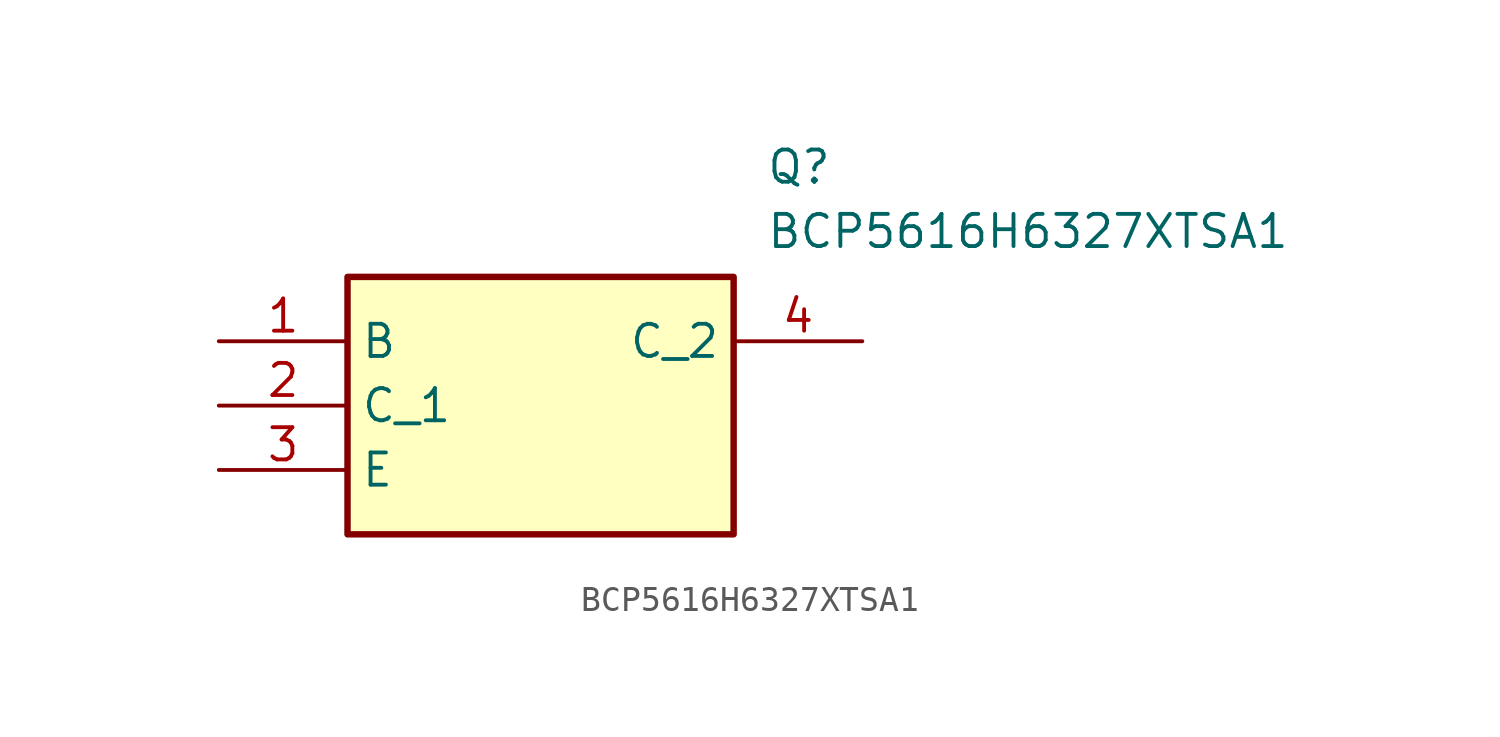
<source format=kicad_sym>
(kicad_symbol_lib
  (version 20211014)
  (generator SamacSys_ECAD_Model)
  (symbol "BCP5616H6327XTSA1"
    (property "Reference" "Q"
      (at 21.59 7.62 0)
      (effects (font (size 1.27 1.27)) (justify left top)))
    (property "Value" "BCP5616H6327XTSA1"
      (at 21.59 5.08 0)
      (effects (font (size 1.27 1.27)) (justify left top)))
    (rectangle
      (start 5.08 2.54)
      (end 20.32 -7.62)
      (stroke (width 0.254) (type default))
      (fill (type background)))
    (pin passive line
      (at 0 0 0)
      (length 5.08)
      (name "B" (effects (font (size 1.27 1.27))))
      (number "1" (effects (font (size 1.27 1.27)))))
    (pin passive line
      (at 0 -2.54 0)
      (length 5.08)
      (name "C_1" (effects (font (size 1.27 1.27))))
      (number "2" (effects (font (size 1.27 1.27)))))
    (pin passive line
      (at 0 -5.08 0)
      (length 5.08)
      (name "E" (effects (font (size 1.27 1.27))))
      (number "3" (effects (font (size 1.27 1.27)))))
    (pin passive line
      (at 25.4 0 180)
      (length 5.08)
      (name "C_2" (effects (font (size 1.27 1.27))))
      (number "4" (effects (font (size 1.27 1.27)))))))
</source>
